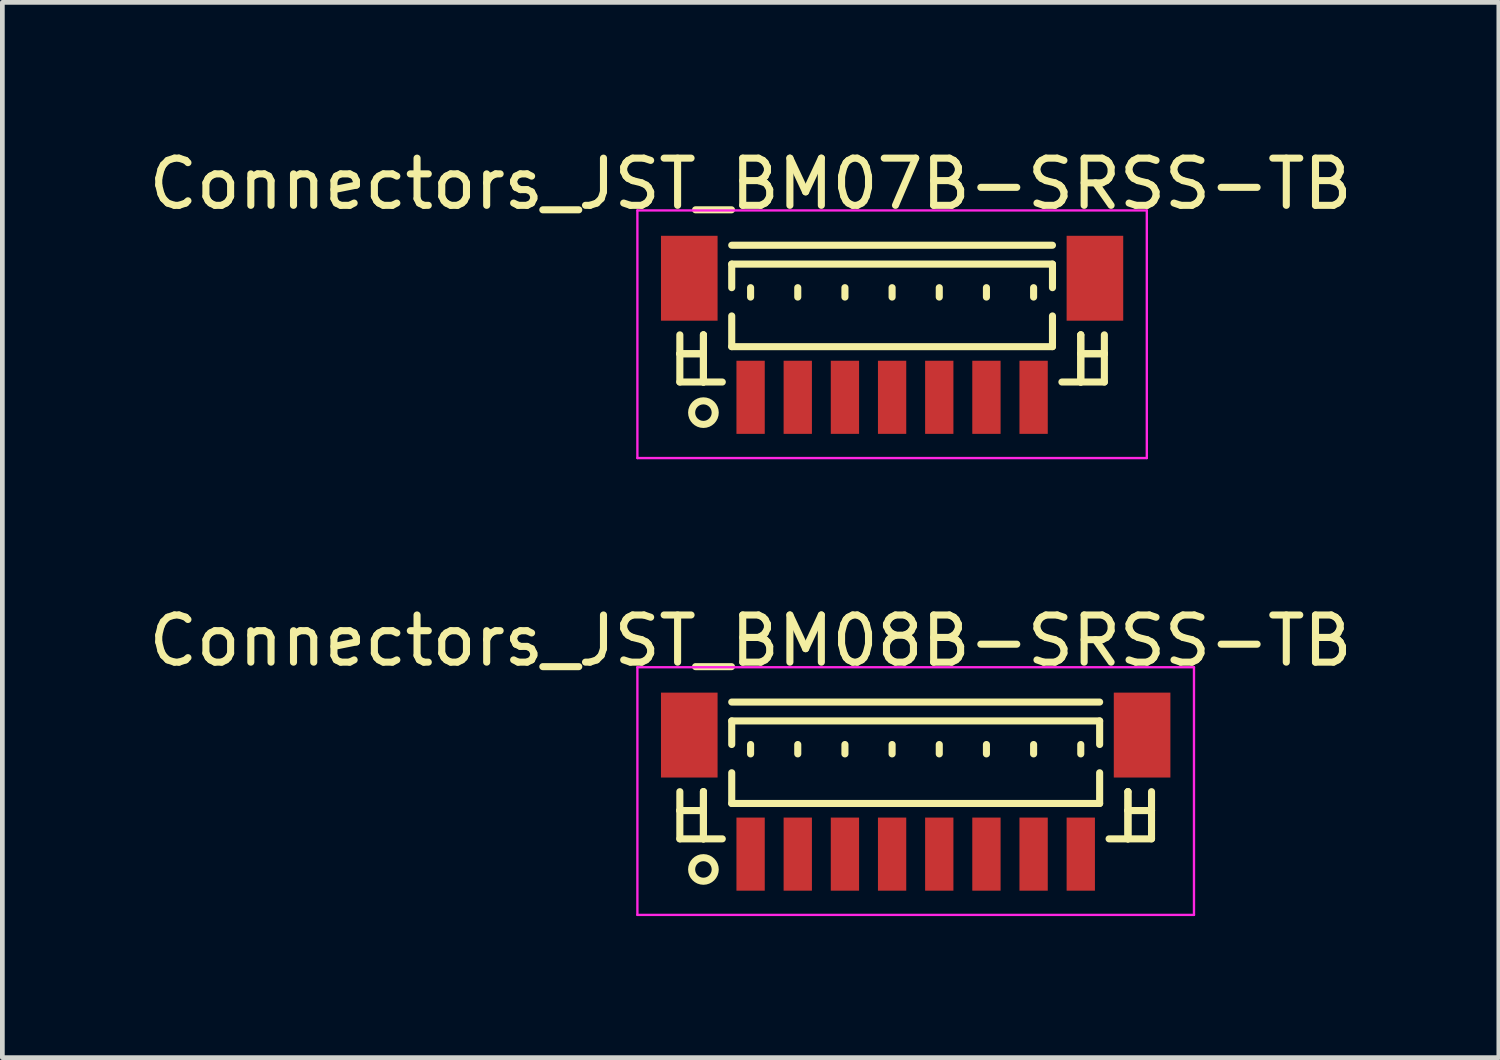
<source format=kicad_pcb>
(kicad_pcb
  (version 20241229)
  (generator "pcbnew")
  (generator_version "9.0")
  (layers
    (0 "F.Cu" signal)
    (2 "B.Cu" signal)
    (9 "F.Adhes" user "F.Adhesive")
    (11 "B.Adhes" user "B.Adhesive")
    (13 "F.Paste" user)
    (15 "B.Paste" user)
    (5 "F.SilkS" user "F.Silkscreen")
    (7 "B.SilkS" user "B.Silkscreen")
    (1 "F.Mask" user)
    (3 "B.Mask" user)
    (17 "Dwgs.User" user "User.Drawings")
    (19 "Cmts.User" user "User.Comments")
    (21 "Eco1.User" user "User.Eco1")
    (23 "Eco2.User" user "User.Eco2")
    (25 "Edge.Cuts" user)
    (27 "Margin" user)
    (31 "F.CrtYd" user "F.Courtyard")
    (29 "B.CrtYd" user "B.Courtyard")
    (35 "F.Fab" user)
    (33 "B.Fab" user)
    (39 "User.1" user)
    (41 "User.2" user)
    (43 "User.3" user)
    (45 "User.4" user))
  (footprint "Connectors_JST_BM08B-SRSS-TB"
    (layer "F.Cu")
    (at 16.363 13.796)
    (property "Reference" "Connectors_JST_BM08B-SRSS-TB" (at -3.5 -3.263 0) (layer "F.SilkS") (effects (font (size 1 1) (thickness 0.15))))
    (attr smd)
    (fp_line (start -5 -0.062) (end -5 0.938) (stroke (width 0.15) (type solid)) (layer "F.SilkS"))
    (fp_line (start -5 0.338) (end -5 0.338) (stroke (width 0.15) (type solid)) (layer "F.SilkS"))
    (fp_line (start -5 0.338) (end -4.5 0.338) (stroke (width 0.15) (type solid)) (layer "F.SilkS"))
    (fp_line (start -5 0.938) (end -4.1 0.938) (stroke (width 0.15) (type solid)) (layer "F.SilkS"))
    (fp_line (start -4.5 -0.062) (end -4.5 -0.062) (stroke (width 0.15) (type solid)) (layer "F.SilkS"))
    (fp_line (start -4.5 -0.062) (end -4.5 0.938) (stroke (width 0.15) (type solid)) (layer "F.SilkS"))
    (fp_line (start -4.5 0.338) (end -5 0.338) (stroke (width 0.15) (type solid)) (layer "F.SilkS"))
    (fp_line (start -4.5 0.338) (end -4.5 0.338) (stroke (width 0.15) (type solid)) (layer "F.SilkS"))
    (fp_line (start -4.5 0.938) (end -4.5 -0.062) (stroke (width 0.15) (type solid)) (layer "F.SilkS"))
    (fp_line (start -4.5 0.938) (end -4.5 0.938) (stroke (width 0.15) (type solid)) (layer "F.SilkS"))
    (fp_line (start -3.9 -1.962) (end 3.9 -1.962) (stroke (width 0.15) (type solid)) (layer "F.SilkS"))
    (fp_line (start -3.9 -1.562) (end 3.9 -1.562) (stroke (width 0.15) (type solid)) (layer "F.SilkS"))
    (fp_line (start -3.9 -1.062) (end -3.9 -1.562) (stroke (width 0.15) (type solid)) (layer "F.SilkS"))
    (fp_line (start -3.9 -0.463) (end -3.9 0.188) (stroke (width 0.15) (type solid)) (layer "F.SilkS"))
    (fp_line (start -3.9 0.188) (end 3.9 0.188) (stroke (width 0.15) (type solid)) (layer "F.SilkS"))
    (fp_line (start -3.5 -1.062) (end -3.5 -0.863) (stroke (width 0.15) (type solid)) (layer "F.SilkS"))
    (fp_line (start -2.5 -1.062) (end -2.5 -0.863) (stroke (width 0.15) (type solid)) (layer "F.SilkS"))
    (fp_line (start -1.5 -1.062) (end -1.5 -0.863) (stroke (width 0.15) (type solid)) (layer "F.SilkS"))
    (fp_line (start -0.5 -1.062) (end -0.5 -0.863) (stroke (width 0.15) (type solid)) (layer "F.SilkS"))
    (fp_line (start 0.5 -1.062) (end 0.5 -0.863) (stroke (width 0.15) (type solid)) (layer "F.SilkS"))
    (fp_line (start 1.5 -1.062) (end 1.5 -0.863) (stroke (width 0.15) (type solid)) (layer "F.SilkS"))
    (fp_line (start 2.5 -1.062) (end 2.5 -0.863) (stroke (width 0.15) (type solid)) (layer "F.SilkS"))
    (fp_line (start 3.5 -1.062) (end 3.5 -0.863) (stroke (width 0.15) (type solid)) (layer "F.SilkS"))
    (fp_line (start 3.9 -1.562) (end 3.9 -1.062) (stroke (width 0.15) (type solid)) (layer "F.SilkS"))
    (fp_line (start 3.9 0.188) (end 3.9 -0.463) (stroke (width 0.15) (type solid)) (layer "F.SilkS"))
    (fp_line (start 4.5 -0.062) (end 4.5 -0.062) (stroke (width 0.15) (type solid)) (layer "F.SilkS"))
    (fp_line (start 4.5 -0.062) (end 4.5 0.938) (stroke (width 0.15) (type solid)) (layer "F.SilkS"))
    (fp_line (start 4.5 0.338) (end 4.5 0.338) (stroke (width 0.15) (type solid)) (layer "F.SilkS"))
    (fp_line (start 4.5 0.338) (end 5 0.338) (stroke (width 0.15) (type solid)) (layer "F.SilkS"))
    (fp_line (start 4.5 0.938) (end 4.5 -0.062) (stroke (width 0.15) (type solid)) (layer "F.SilkS"))
    (fp_line (start 4.5 0.938) (end 4.5 0.938) (stroke (width 0.15) (type solid)) (layer "F.SilkS"))
    (fp_line (start 5 -0.062) (end 5 0.938) (stroke (width 0.15) (type solid)) (layer "F.SilkS"))
    (fp_line (start 5 0.338) (end 4.5 0.338) (stroke (width 0.15) (type solid)) (layer "F.SilkS"))
    (fp_line (start 5 0.338) (end 5 0.338) (stroke (width 0.15) (type solid)) (layer "F.SilkS"))
    (fp_line (start 5 0.938) (end 4.1 0.938) (stroke (width 0.15) (type solid)) (layer "F.SilkS"))
    (fp_circle (center -4.5 1.587) (end -4.25 1.587) (stroke (width 0.15) (type solid)) (fill no) (layer "F.SilkS"))
    (fp_line (start -5.9 -2.7) (end 5.9 -2.7) (stroke (width 0.05) (type solid)) (layer "F.CrtYd"))
    (fp_line (start -5.9 2.55) (end -5.9 -2.7) (stroke (width 0.05) (type solid)) (layer "F.CrtYd"))
    (fp_line (start 5.9 -2.7) (end 5.9 2.55) (stroke (width 0.05) (type solid)) (layer "F.CrtYd"))
    (fp_line (start 5.9 2.55) (end -5.9 2.55) (stroke (width 0.05) (type solid)) (layer "F.CrtYd"))
    (pad "" smd rect (at -4.8 -1.262) (size 1.2 1.8) (layers "F.Cu" "F.Mask" "F.Paste"))
    (pad "" smd rect (at 4.8 -1.262) (size 1.2 1.8) (layers "F.Cu" "F.Mask" "F.Paste"))
    (pad "1" smd rect (at -3.5 1.262) (size 0.6 1.55) (layers "F.Cu" "F.Mask" "F.Paste"))
    (pad "2" smd rect (at -2.5 1.262) (size 0.6 1.55) (layers "F.Cu" "F.Mask" "F.Paste"))
    (pad "3" smd rect (at -1.5 1.262) (size 0.6 1.55) (layers "F.Cu" "F.Mask" "F.Paste"))
    (pad "4" smd rect (at -0.5 1.262) (size 0.6 1.55) (layers "F.Cu" "F.Mask" "F.Paste"))
    (pad "5" smd rect (at 0.5 1.262) (size 0.6 1.55) (layers "F.Cu" "F.Mask" "F.Paste"))
    (pad "6" smd rect (at 1.5 1.262) (size 0.6 1.55) (layers "F.Cu" "F.Mask" "F.Paste"))
    (pad "7" smd rect (at 2.5 1.262) (size 0.6 1.55) (layers "F.Cu" "F.Mask" "F.Paste"))
    (pad "8" smd rect (at 3.5 1.262) (size 0.6 1.55) (layers "F.Cu" "F.Mask" "F.Paste")))
  (footprint "Connectors_JST_BM07B-SRSS-TB"
    (layer "F.Cu")
    (at 15.863 4.111)
    (property "Reference" "Connectors_JST_BM07B-SRSS-TB" (at -3 -3.263 0) (layer "F.SilkS") (effects (font (size 1 1) (thickness 0.15))))
    (attr smd)
    (fp_line (start -4.5 -0.062) (end -4.5 0.938) (stroke (width 0.15) (type solid)) (layer "F.SilkS"))
    (fp_line (start -4.5 0.338) (end -4.5 0.338) (stroke (width 0.15) (type solid)) (layer "F.SilkS"))
    (fp_line (start -4.5 0.338) (end -4 0.338) (stroke (width 0.15) (type solid)) (layer "F.SilkS"))
    (fp_line (start -4.5 0.938) (end -3.6 0.938) (stroke (width 0.15) (type solid)) (layer "F.SilkS"))
    (fp_line (start -4 -0.062) (end -4 -0.062) (stroke (width 0.15) (type solid)) (layer "F.SilkS"))
    (fp_line (start -4 -0.062) (end -4 0.938) (stroke (width 0.15) (type solid)) (layer "F.SilkS"))
    (fp_line (start -4 0.338) (end -4.5 0.338) (stroke (width 0.15) (type solid)) (layer "F.SilkS"))
    (fp_line (start -4 0.338) (end -4 0.338) (stroke (width 0.15) (type solid)) (layer "F.SilkS"))
    (fp_line (start -4 0.938) (end -4 -0.062) (stroke (width 0.15) (type solid)) (layer "F.SilkS"))
    (fp_line (start -4 0.938) (end -4 0.938) (stroke (width 0.15) (type solid)) (layer "F.SilkS"))
    (fp_line (start -3.4 -1.962) (end 3.4 -1.962) (stroke (width 0.15) (type solid)) (layer "F.SilkS"))
    (fp_line (start -3.4 -1.562) (end 3.4 -1.562) (stroke (width 0.15) (type solid)) (layer "F.SilkS"))
    (fp_line (start -3.4 -1.062) (end -3.4 -1.562) (stroke (width 0.15) (type solid)) (layer "F.SilkS"))
    (fp_line (start -3.4 -0.463) (end -3.4 0.188) (stroke (width 0.15) (type solid)) (layer "F.SilkS"))
    (fp_line (start -3.4 0.188) (end 3.4 0.188) (stroke (width 0.15) (type solid)) (layer "F.SilkS"))
    (fp_line (start -3 -1.062) (end -3 -0.863) (stroke (width 0.15) (type solid)) (layer "F.SilkS"))
    (fp_line (start -2 -1.062) (end -2 -0.863) (stroke (width 0.15) (type solid)) (layer "F.SilkS"))
    (fp_line (start -1 -1.062) (end -1 -0.863) (stroke (width 0.15) (type solid)) (layer "F.SilkS"))
    (fp_line (start 0 -1.062) (end 0 -0.863) (stroke (width 0.15) (type solid)) (layer "F.SilkS"))
    (fp_line (start 1 -1.062) (end 1 -0.863) (stroke (width 0.15) (type solid)) (layer "F.SilkS"))
    (fp_line (start 2 -1.062) (end 2 -0.863) (stroke (width 0.15) (type solid)) (layer "F.SilkS"))
    (fp_line (start 3 -1.062) (end 3 -0.863) (stroke (width 0.15) (type solid)) (layer "F.SilkS"))
    (fp_line (start 3.4 -1.562) (end 3.4 -1.062) (stroke (width 0.15) (type solid)) (layer "F.SilkS"))
    (fp_line (start 3.4 0.188) (end 3.4 -0.463) (stroke (width 0.15) (type solid)) (layer "F.SilkS"))
    (fp_line (start 4 -0.062) (end 4 -0.062) (stroke (width 0.15) (type solid)) (layer "F.SilkS"))
    (fp_line (start 4 -0.062) (end 4 0.938) (stroke (width 0.15) (type solid)) (layer "F.SilkS"))
    (fp_line (start 4 0.338) (end 4 0.338) (stroke (width 0.15) (type solid)) (layer "F.SilkS"))
    (fp_line (start 4 0.338) (end 4.5 0.338) (stroke (width 0.15) (type solid)) (layer "F.SilkS"))
    (fp_line (start 4 0.938) (end 4 -0.062) (stroke (width 0.15) (type solid)) (layer "F.SilkS"))
    (fp_line (start 4 0.938) (end 4 0.938) (stroke (width 0.15) (type solid)) (layer "F.SilkS"))
    (fp_line (start 4.5 -0.062) (end 4.5 0.938) (stroke (width 0.15) (type solid)) (layer "F.SilkS"))
    (fp_line (start 4.5 0.338) (end 4 0.338) (stroke (width 0.15) (type solid)) (layer "F.SilkS"))
    (fp_line (start 4.5 0.338) (end 4.5 0.338) (stroke (width 0.15) (type solid)) (layer "F.SilkS"))
    (fp_line (start 4.5 0.938) (end 3.6 0.938) (stroke (width 0.15) (type solid)) (layer "F.SilkS"))
    (fp_circle (center -4 1.587) (end -3.75 1.587) (stroke (width 0.15) (type solid)) (fill no) (layer "F.SilkS"))
    (fp_line (start -5.4 -2.7) (end 5.4 -2.7) (stroke (width 0.05) (type solid)) (layer "F.CrtYd"))
    (fp_line (start -5.4 2.55) (end -5.4 -2.7) (stroke (width 0.05) (type solid)) (layer "F.CrtYd"))
    (fp_line (start 5.4 -2.7) (end 5.4 2.55) (stroke (width 0.05) (type solid)) (layer "F.CrtYd"))
    (fp_line (start 5.4 2.55) (end -5.4 2.55) (stroke (width 0.05) (type solid)) (layer "F.CrtYd"))
    (pad "" smd rect (at -4.3 -1.262) (size 1.2 1.8) (layers "F.Cu" "F.Mask" "F.Paste"))
    (pad "" smd rect (at 4.3 -1.262) (size 1.2 1.8) (layers "F.Cu" "F.Mask" "F.Paste"))
    (pad "1" smd rect (at -3 1.262) (size 0.6 1.55) (layers "F.Cu" "F.Mask" "F.Paste"))
    (pad "2" smd rect (at -2 1.262) (size 0.6 1.55) (layers "F.Cu" "F.Mask" "F.Paste"))
    (pad "3" smd rect (at -1 1.262) (size 0.6 1.55) (layers "F.Cu" "F.Mask" "F.Paste"))
    (pad "4" smd rect (at 0 1.262) (size 0.6 1.55) (layers "F.Cu" "F.Mask" "F.Paste"))
    (pad "5" smd rect (at 1 1.262) (size 0.6 1.55) (layers "F.Cu" "F.Mask" "F.Paste"))
    (pad "6" smd rect (at 2 1.262) (size 0.6 1.55) (layers "F.Cu" "F.Mask" "F.Paste"))
    (pad "7" smd rect (at 3 1.262) (size 0.6 1.55) (layers "F.Cu" "F.Mask" "F.Paste")))
  (gr_rect
    (start -3 -3)
    (end 28.726 19.372)
    (stroke (width 0.1) (type default))
    (fill no)
    (layer "Edge.Cuts")))
</source>
